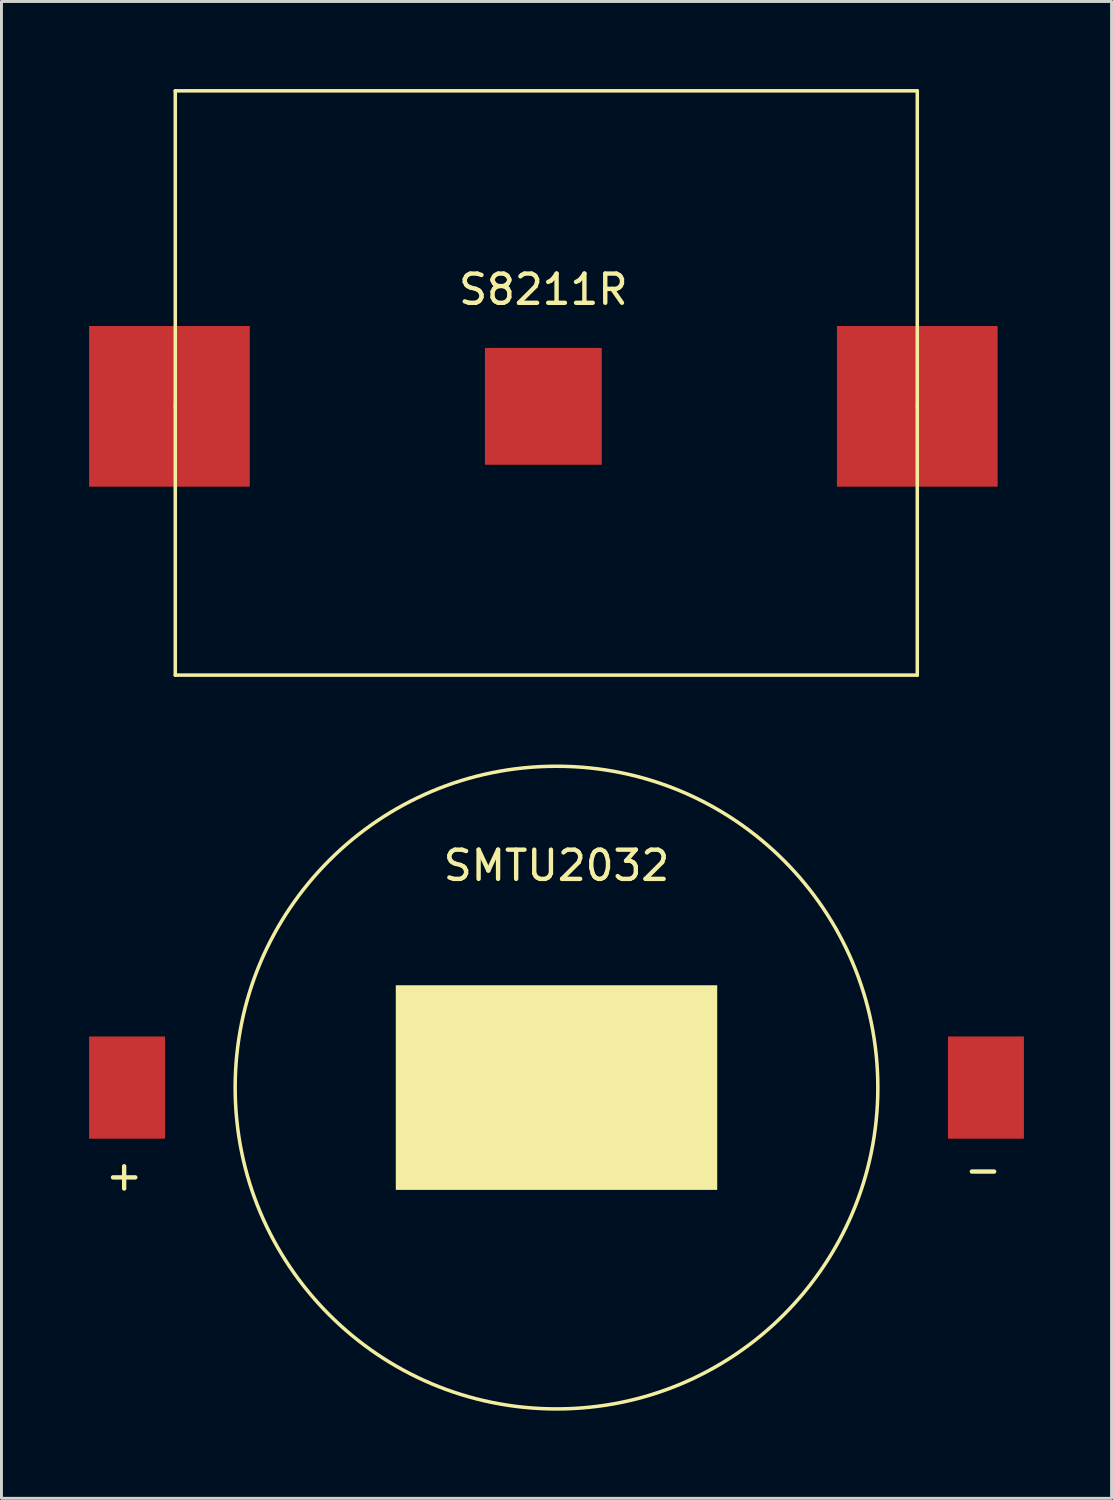
<source format=kicad_pcb>
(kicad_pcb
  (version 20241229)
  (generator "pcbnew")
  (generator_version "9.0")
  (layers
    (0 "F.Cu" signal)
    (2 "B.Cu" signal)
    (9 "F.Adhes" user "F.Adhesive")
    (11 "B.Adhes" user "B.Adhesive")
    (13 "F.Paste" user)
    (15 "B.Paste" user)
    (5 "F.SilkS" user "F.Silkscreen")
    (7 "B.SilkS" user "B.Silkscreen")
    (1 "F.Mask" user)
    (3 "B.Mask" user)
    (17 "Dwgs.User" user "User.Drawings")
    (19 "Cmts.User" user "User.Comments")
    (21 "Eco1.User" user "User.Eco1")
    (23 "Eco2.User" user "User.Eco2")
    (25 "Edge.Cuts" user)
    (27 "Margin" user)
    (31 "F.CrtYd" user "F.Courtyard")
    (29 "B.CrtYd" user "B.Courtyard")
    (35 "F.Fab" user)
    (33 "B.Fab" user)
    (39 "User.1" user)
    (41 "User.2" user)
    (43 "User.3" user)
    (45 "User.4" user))
  (footprint "SMTU2032"
    (layer "F.Cu")
    (at 16 34.18)
    (property "Reference" "SMTU2032" (at 0 -7.6 0) (layer "F.SilkS") (effects (font (size 1 1) (thickness 0.15))))
    (attr through_hole)
    (fp_circle (center 0 0) (end 11 0) (stroke (width 0.12) (type solid)) (fill no) (layer "F.SilkS"))
    (fp_text user "-" (at 14.6 2.8 0) (layer "F.SilkS") (effects (font (size 1 1) (thickness 0.15))))
    (fp_text user "+" (at -14.8 3 0) (layer "F.SilkS") (effects (font (size 1 1) (thickness 0.15))))
    (pad "1" smd rect (at -14.7 0 180) (size 2.6 3.5) (layers "*.Mask" "F.Cu"))
    (pad "2" smd rect (at 0 0) (size 11 7) (layers "F.Cu" "F.SilkS"))
    (pad "3" smd rect (at 14.7 0) (size 2.6 3.5) (layers "*.Mask" "F.Cu")))
  (footprint "S8211R"
    (layer "F.Cu")
    (at 15.55 10.86)
    (property "Reference" "S8211R" (at 0 -4 0) (layer "F.SilkS") (effects (font (size 1 1) (thickness 0.15))))
    (attr through_hole)
    (fp_line (start -12.6 0) (end -12.6 -10.8) (stroke (width 0.12) (type solid)) (layer "F.SilkS"))
    (fp_line (start -12.6 0) (end -12.6 9.2) (stroke (width 0.12) (type solid)) (layer "F.SilkS"))
    (fp_line (start 12.8 -10.8) (end -12.6 -10.8) (stroke (width 0.12) (type solid)) (layer "F.SilkS"))
    (fp_line (start 12.8 0) (end 12.8 -10.8) (stroke (width 0.12) (type solid)) (layer "F.SilkS"))
    (fp_line (start 12.8 0) (end 12.8 9.2) (stroke (width 0.12) (type solid)) (layer "F.SilkS"))
    (fp_line (start 12.8 9.2) (end -12.6 9.2) (stroke (width 0.12) (type solid)) (layer "F.SilkS"))
    (pad "1" smd rect (at -12.8 0) (size 5.5 5.5) (layers "*.Mask" "F.Cu"))
    (pad "2" smd rect (at 0 0) (size 4 4) (layers "*.Mask" "F.Cu"))
    (pad "3" smd rect (at 12.8 0) (size 5.5 5.5) (layers "*.Mask" "F.Cu")))
  (gr_rect
    (start -3 -3)
    (end 35 48.24)
    (stroke (width 0.1) (type default))
    (fill no)
    (layer "Edge.Cuts")))
</source>
